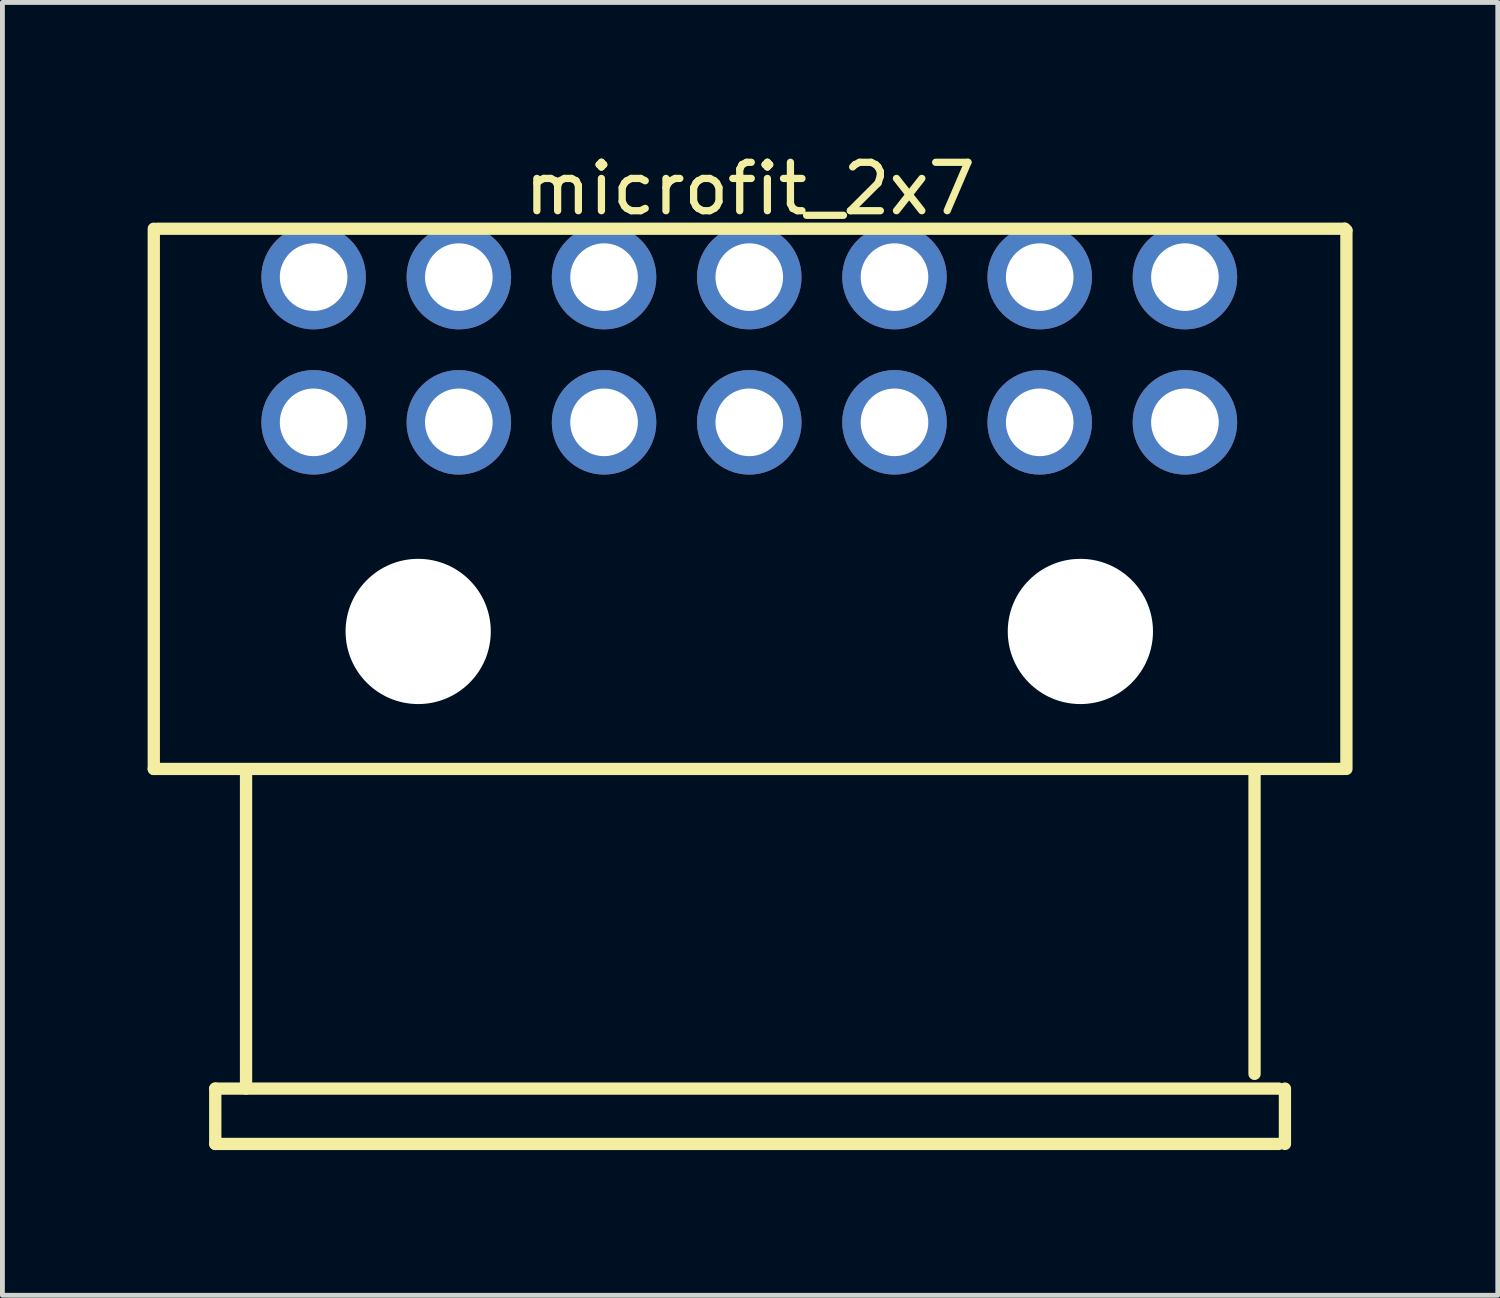
<source format=kicad_pcb>
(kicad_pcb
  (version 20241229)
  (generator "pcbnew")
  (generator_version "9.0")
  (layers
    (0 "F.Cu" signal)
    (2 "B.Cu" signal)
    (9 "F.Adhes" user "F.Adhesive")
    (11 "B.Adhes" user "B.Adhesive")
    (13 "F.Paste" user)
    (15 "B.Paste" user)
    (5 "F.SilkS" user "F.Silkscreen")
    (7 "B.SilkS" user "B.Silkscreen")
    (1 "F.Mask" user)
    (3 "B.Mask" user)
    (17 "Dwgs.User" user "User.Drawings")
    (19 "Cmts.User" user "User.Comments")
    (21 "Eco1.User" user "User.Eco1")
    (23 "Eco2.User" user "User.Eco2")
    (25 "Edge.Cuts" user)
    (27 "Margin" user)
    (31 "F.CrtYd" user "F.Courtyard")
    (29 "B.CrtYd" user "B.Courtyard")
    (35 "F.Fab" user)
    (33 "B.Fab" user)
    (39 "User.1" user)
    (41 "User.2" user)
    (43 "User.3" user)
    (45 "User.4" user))
  (footprint "microfit_2x7"
    (layer "F.Cu")
    (at 3.429 2.675)
    (property "Reference" "microfit_2x7" (at 9.017 -1.827 0) (layer "F.SilkS") (effects (font (size 1 1) (thickness 0.15))))
    (fp_line (start -3.302 10.16) (end -3.302 -1) (stroke (width 0.254) (type solid)) (layer "F.SilkS"))
    (fp_line (start -3.302 10.16) (end 21.285 10.16) (stroke (width 0.254) (type solid)) (layer "F.SilkS"))
    (fp_line (start -3.226 -1) (end 21.301 -1) (stroke (width 0.254) (type solid)) (layer "F.SilkS"))
    (fp_line (start -2.032 16.764) (end 19.939 16.764) (stroke (width 0.254) (type solid)) (layer "F.SilkS"))
    (fp_line (start -2.032 17.907) (end -2.032 16.764) (stroke (width 0.254) (type solid)) (layer "F.SilkS"))
    (fp_line (start -2.032 17.907) (end 19.939 17.907) (stroke (width 0.254) (type solid)) (layer "F.SilkS"))
    (fp_line (start -1.396 16.764) (end -1.396 10.287) (stroke (width 0.254) (type solid)) (layer "F.SilkS"))
    (fp_line (start 19.438 16.459) (end 19.438 10.236) (stroke (width 0.254) (type solid)) (layer "F.SilkS"))
    (fp_line (start 20.066 17.907) (end 20.066 16.764) (stroke (width 0.254) (type solid)) (layer "F.SilkS"))
    (fp_line (start 21.301 -1) (end 21.336 -0.965) (stroke (width 0.254) (type solid)) (layer "F.SilkS"))
    (fp_line (start 21.336 10.16) (end 21.336 -0.965) (stroke (width 0.254) (type solid)) (layer "F.SilkS"))
    (pad "" np_thru_hole circle (at 2.16 7.32) (size 3 3) (drill 3) (layers "*.Cu" "*.Mask"))
    (pad "" np_thru_hole circle (at 15.84 7.32) (size 3 3) (drill 3) (layers "*.Cu" "*.Mask"))
    (pad "1" thru_hole circle (at 0 0) (size 2.159 2.159) (drill 1.397) (layers "*.Cu" "*.Mask"))
    (pad "2" thru_hole circle (at 0 3) (size 2.159 2.159) (drill 1.397) (layers "*.Cu" "*.Mask"))
    (pad "3" thru_hole circle (at 3 0) (size 2.159 2.159) (drill 1.397) (layers "*.Cu" "*.Mask"))
    (pad "4" thru_hole circle (at 3 3) (size 2.159 2.159) (drill 1.397) (layers "*.Cu" "*.Mask"))
    (pad "5" thru_hole circle (at 6 0) (size 2.159 2.159) (drill 1.397) (layers "*.Cu" "*.Mask"))
    (pad "6" thru_hole circle (at 6 3) (size 2.159 2.159) (drill 1.397) (layers "*.Cu" "*.Mask"))
    (pad "7" thru_hole circle (at 9 0) (size 2.159 2.159) (drill 1.397) (layers "*.Cu" "*.Mask"))
    (pad "8" thru_hole circle (at 9 3) (size 2.159 2.159) (drill 1.397) (layers "*.Cu" "*.Mask"))
    (pad "9" thru_hole circle (at 12 0) (size 2.159 2.159) (drill 1.397) (layers "*.Cu" "*.Mask"))
    (pad "10" thru_hole circle (at 12 3) (size 2.159 2.159) (drill 1.397) (layers "*.Cu" "*.Mask"))
    (pad "11" thru_hole circle (at 15 0) (size 2.159 2.159) (drill 1.397) (layers "*.Cu" "*.Mask"))
    (pad "12" thru_hole circle (at 15 3) (size 2.159 2.159) (drill 1.397) (layers "*.Cu" "*.Mask"))
    (pad "13" thru_hole circle (at 18 0) (size 2.159 2.159) (drill 1.397) (layers "*.Cu" "*.Mask"))
    (pad "14" thru_hole circle (at 18 3) (size 2.159 2.159) (drill 1.397) (layers "*.Cu" "*.Mask")))
  (gr_rect
    (start -3 -3)
    (end 27.892 23.709)
    (stroke (width 0.1) (type default))
    (fill no)
    (layer "Edge.Cuts")))
</source>
